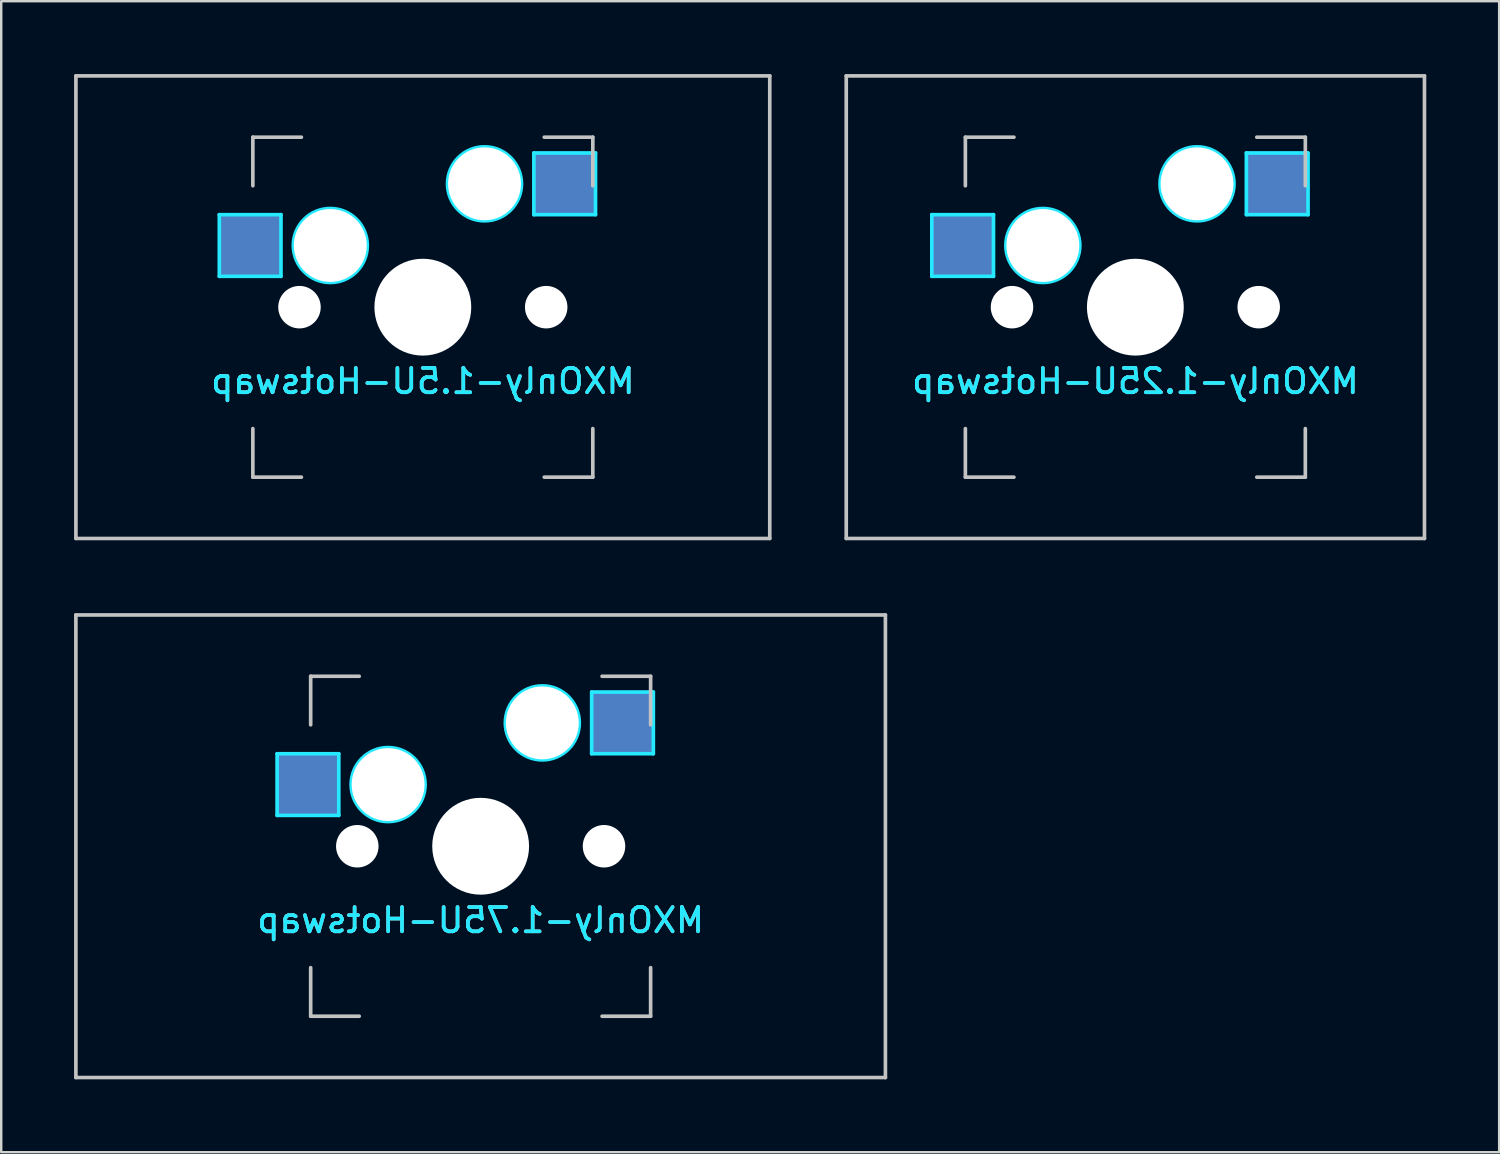
<source format=kicad_pcb>
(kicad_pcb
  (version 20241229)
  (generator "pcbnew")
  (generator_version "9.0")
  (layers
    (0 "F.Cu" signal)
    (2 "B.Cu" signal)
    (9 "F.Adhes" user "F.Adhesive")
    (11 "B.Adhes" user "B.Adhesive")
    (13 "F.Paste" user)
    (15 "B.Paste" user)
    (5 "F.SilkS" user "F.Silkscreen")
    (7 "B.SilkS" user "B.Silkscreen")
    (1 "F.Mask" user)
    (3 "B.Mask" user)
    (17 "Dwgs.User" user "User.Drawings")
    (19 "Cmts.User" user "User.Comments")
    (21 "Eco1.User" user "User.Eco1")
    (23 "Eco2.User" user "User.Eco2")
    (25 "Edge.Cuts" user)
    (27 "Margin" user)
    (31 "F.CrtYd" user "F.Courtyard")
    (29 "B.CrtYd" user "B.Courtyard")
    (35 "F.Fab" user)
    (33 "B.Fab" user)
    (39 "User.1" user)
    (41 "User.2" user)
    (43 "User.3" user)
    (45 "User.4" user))
  (footprint "MXOnly-1.25U-Hotswap"
    (layer "F.Cu")
    (at 43.706 9.6)
    (property "Reference" "MXOnly-1.25U-Hotswap" (at 0 3.048 0) (layer "B.CrtYd") (effects (font (size 1 1) (thickness 0.15)) (justify mirror)))
    (attr smd)
    (fp_line (start -11.906 -9.525) (end 11.906 -9.525) (stroke (width 0.15) (type solid)) (layer "Dwgs.User"))
    (fp_line (start -11.906 9.525) (end -11.906 -9.525) (stroke (width 0.15) (type solid)) (layer "Dwgs.User"))
    (fp_line (start -7 -7) (end -7 -5) (stroke (width 0.15) (type solid)) (layer "Dwgs.User"))
    (fp_line (start -7 5) (end -7 7) (stroke (width 0.15) (type solid)) (layer "Dwgs.User"))
    (fp_line (start -7 7) (end -5 7) (stroke (width 0.15) (type solid)) (layer "Dwgs.User"))
    (fp_line (start -5 -7) (end -7 -7) (stroke (width 0.15) (type solid)) (layer "Dwgs.User"))
    (fp_line (start 5 -7) (end 7 -7) (stroke (width 0.15) (type solid)) (layer "Dwgs.User"))
    (fp_line (start 5 7) (end 7 7) (stroke (width 0.15) (type solid)) (layer "Dwgs.User"))
    (fp_line (start 7 -7) (end 7 -5) (stroke (width 0.15) (type solid)) (layer "Dwgs.User"))
    (fp_line (start 7 7) (end 7 5) (stroke (width 0.15) (type solid)) (layer "Dwgs.User"))
    (fp_line (start 11.906 -9.525) (end 11.906 9.525) (stroke (width 0.15) (type solid)) (layer "Dwgs.User"))
    (fp_line (start 11.906 9.525) (end -11.906 9.525) (stroke (width 0.15) (type solid)) (layer "Dwgs.User"))
    (fp_line (start -8.382 -3.81) (end -5.842 -3.81) (stroke (width 0.15) (type solid)) (layer "B.CrtYd"))
    (fp_line (start -8.382 -1.27) (end -8.382 -3.81) (stroke (width 0.15) (type solid)) (layer "B.CrtYd"))
    (fp_line (start -5.842 -3.81) (end -5.842 -1.27) (stroke (width 0.15) (type solid)) (layer "B.CrtYd"))
    (fp_line (start -5.842 -1.27) (end -8.382 -1.27) (stroke (width 0.15) (type solid)) (layer "B.CrtYd"))
    (fp_line (start 4.572 -6.35) (end 7.112 -6.35) (stroke (width 0.15) (type solid)) (layer "B.CrtYd"))
    (fp_line (start 4.572 -3.81) (end 4.572 -6.35) (stroke (width 0.15) (type solid)) (layer "B.CrtYd"))
    (fp_line (start 7.112 -6.35) (end 7.112 -3.81) (stroke (width 0.15) (type solid)) (layer "B.CrtYd"))
    (fp_line (start 7.112 -3.81) (end 4.572 -3.81) (stroke (width 0.15) (type solid)) (layer "B.CrtYd"))
    (fp_circle (center -3.81 -2.54) (end -3.81 -4.064) (stroke (width 0.15) (type solid)) (fill no) (layer "B.CrtYd"))
    (fp_circle (center 2.54 -5.08) (end 2.54 -6.604) (stroke (width 0.15) (type solid)) (fill no) (layer "B.CrtYd"))
    (fp_text user "${REFERENCE}" (at 0 3.048 0) (layer "B.SilkS") (effects (font (size 1 1) (thickness 0.15)) (justify mirror)))
    (pad "" np_thru_hole circle (at -5.08 0 48.1) (size 1.75 1.75) (drill 1.75) (layers "*.Cu" "*.Mask"))
    (pad "" np_thru_hole circle (at -3.81 -2.54) (size 3 3) (drill 3) (layers "*.Cu" "*.Mask"))
    (pad "" np_thru_hole circle (at 0 0) (size 3.988 3.988) (drill 3.988) (layers "*.Cu" "*.Mask"))
    (pad "" np_thru_hole circle (at 2.54 -5.08) (size 3 3) (drill 3) (layers "*.Cu" "*.Mask"))
    (pad "" np_thru_hole circle (at 5.08 0 48.1) (size 1.75 1.75) (drill 1.75) (layers "*.Cu" "*.Mask"))
    (pad "1" smd rect (at -7.085 -2.54) (size 2.55 2.5) (layers "B.Cu" "B.Mask" "B.Paste"))
    (pad "2" smd rect (at 5.842 -5.08) (size 2.55 2.5) (layers "B.Cu" "B.Mask" "B.Paste")))
  (footprint "MXOnly-1.75U-Hotswap"
    (layer "F.Cu")
    (at 16.744 31.8)
    (property "Reference" "MXOnly-1.75U-Hotswap" (at 0 3.048 0) (layer "B.CrtYd") (effects (font (size 1 1) (thickness 0.15)) (justify mirror)))
    (attr smd)
    (fp_line (start -16.669 -9.525) (end 16.669 -9.525) (stroke (width 0.15) (type solid)) (layer "Dwgs.User"))
    (fp_line (start -16.669 9.525) (end -16.669 -9.525) (stroke (width 0.15) (type solid)) (layer "Dwgs.User"))
    (fp_line (start -7 -7) (end -7 -5) (stroke (width 0.15) (type solid)) (layer "Dwgs.User"))
    (fp_line (start -7 5) (end -7 7) (stroke (width 0.15) (type solid)) (layer "Dwgs.User"))
    (fp_line (start -7 7) (end -5 7) (stroke (width 0.15) (type solid)) (layer "Dwgs.User"))
    (fp_line (start -5 -7) (end -7 -7) (stroke (width 0.15) (type solid)) (layer "Dwgs.User"))
    (fp_line (start 5 -7) (end 7 -7) (stroke (width 0.15) (type solid)) (layer "Dwgs.User"))
    (fp_line (start 5 7) (end 7 7) (stroke (width 0.15) (type solid)) (layer "Dwgs.User"))
    (fp_line (start 7 -7) (end 7 -5) (stroke (width 0.15) (type solid)) (layer "Dwgs.User"))
    (fp_line (start 7 7) (end 7 5) (stroke (width 0.15) (type solid)) (layer "Dwgs.User"))
    (fp_line (start 16.669 -9.525) (end 16.669 9.525) (stroke (width 0.15) (type solid)) (layer "Dwgs.User"))
    (fp_line (start 16.669 9.525) (end -16.669 9.525) (stroke (width 0.15) (type solid)) (layer "Dwgs.User"))
    (fp_line (start -8.382 -3.81) (end -5.842 -3.81) (stroke (width 0.15) (type solid)) (layer "B.CrtYd"))
    (fp_line (start -8.382 -1.27) (end -8.382 -3.81) (stroke (width 0.15) (type solid)) (layer "B.CrtYd"))
    (fp_line (start -5.842 -3.81) (end -5.842 -1.27) (stroke (width 0.15) (type solid)) (layer "B.CrtYd"))
    (fp_line (start -5.842 -1.27) (end -8.382 -1.27) (stroke (width 0.15) (type solid)) (layer "B.CrtYd"))
    (fp_line (start 4.572 -6.35) (end 7.112 -6.35) (stroke (width 0.15) (type solid)) (layer "B.CrtYd"))
    (fp_line (start 4.572 -3.81) (end 4.572 -6.35) (stroke (width 0.15) (type solid)) (layer "B.CrtYd"))
    (fp_line (start 7.112 -6.35) (end 7.112 -3.81) (stroke (width 0.15) (type solid)) (layer "B.CrtYd"))
    (fp_line (start 7.112 -3.81) (end 4.572 -3.81) (stroke (width 0.15) (type solid)) (layer "B.CrtYd"))
    (fp_circle (center -3.81 -2.54) (end -3.81 -4.064) (stroke (width 0.15) (type solid)) (fill no) (layer "B.CrtYd"))
    (fp_circle (center 2.54 -5.08) (end 2.54 -6.604) (stroke (width 0.15) (type solid)) (fill no) (layer "B.CrtYd"))
    (fp_text user "${REFERENCE}" (at 0 3.048 0) (layer "B.SilkS") (effects (font (size 1 1) (thickness 0.15)) (justify mirror)))
    (pad "" np_thru_hole circle (at -5.08 0 48.1) (size 1.75 1.75) (drill 1.75) (layers "*.Cu" "*.Mask"))
    (pad "" np_thru_hole circle (at -3.81 -2.54) (size 3 3) (drill 3) (layers "*.Cu" "*.Mask"))
    (pad "" np_thru_hole circle (at 0 0) (size 3.988 3.988) (drill 3.988) (layers "*.Cu" "*.Mask"))
    (pad "" np_thru_hole circle (at 2.54 -5.08) (size 3 3) (drill 3) (layers "*.Cu" "*.Mask"))
    (pad "" np_thru_hole circle (at 5.08 0 48.1) (size 1.75 1.75) (drill 1.75) (layers "*.Cu" "*.Mask"))
    (pad "1" smd rect (at -7.085 -2.54) (size 2.55 2.5) (layers "B.Cu" "B.Mask" "B.Paste"))
    (pad "2" smd rect (at 5.842 -5.08) (size 2.55 2.5) (layers "B.Cu" "B.Mask" "B.Paste")))
  (footprint "MXOnly-1.5U-Hotswap"
    (layer "F.Cu")
    (at 14.363 9.6)
    (property "Reference" "MXOnly-1.5U-Hotswap" (at 0 3.048 0) (layer "B.CrtYd") (effects (font (size 1 1) (thickness 0.15)) (justify mirror)))
    (attr smd)
    (fp_line (start -14.287 -9.525) (end 14.287 -9.525) (stroke (width 0.15) (type solid)) (layer "Dwgs.User"))
    (fp_line (start -14.287 9.525) (end -14.287 -9.525) (stroke (width 0.15) (type solid)) (layer "Dwgs.User"))
    (fp_line (start -7 -7) (end -7 -5) (stroke (width 0.15) (type solid)) (layer "Dwgs.User"))
    (fp_line (start -7 5) (end -7 7) (stroke (width 0.15) (type solid)) (layer "Dwgs.User"))
    (fp_line (start -7 7) (end -5 7) (stroke (width 0.15) (type solid)) (layer "Dwgs.User"))
    (fp_line (start -5 -7) (end -7 -7) (stroke (width 0.15) (type solid)) (layer "Dwgs.User"))
    (fp_line (start 5 -7) (end 7 -7) (stroke (width 0.15) (type solid)) (layer "Dwgs.User"))
    (fp_line (start 5 7) (end 7 7) (stroke (width 0.15) (type solid)) (layer "Dwgs.User"))
    (fp_line (start 7 -7) (end 7 -5) (stroke (width 0.15) (type solid)) (layer "Dwgs.User"))
    (fp_line (start 7 7) (end 7 5) (stroke (width 0.15) (type solid)) (layer "Dwgs.User"))
    (fp_line (start 14.287 -9.525) (end 14.287 9.525) (stroke (width 0.15) (type solid)) (layer "Dwgs.User"))
    (fp_line (start 14.287 9.525) (end -14.287 9.525) (stroke (width 0.15) (type solid)) (layer "Dwgs.User"))
    (fp_line (start -8.382 -3.81) (end -5.842 -3.81) (stroke (width 0.15) (type solid)) (layer "B.CrtYd"))
    (fp_line (start -8.382 -1.27) (end -8.382 -3.81) (stroke (width 0.15) (type solid)) (layer "B.CrtYd"))
    (fp_line (start -5.842 -3.81) (end -5.842 -1.27) (stroke (width 0.15) (type solid)) (layer "B.CrtYd"))
    (fp_line (start -5.842 -1.27) (end -8.382 -1.27) (stroke (width 0.15) (type solid)) (layer "B.CrtYd"))
    (fp_line (start 4.572 -6.35) (end 7.112 -6.35) (stroke (width 0.15) (type solid)) (layer "B.CrtYd"))
    (fp_line (start 4.572 -3.81) (end 4.572 -6.35) (stroke (width 0.15) (type solid)) (layer "B.CrtYd"))
    (fp_line (start 7.112 -6.35) (end 7.112 -3.81) (stroke (width 0.15) (type solid)) (layer "B.CrtYd"))
    (fp_line (start 7.112 -3.81) (end 4.572 -3.81) (stroke (width 0.15) (type solid)) (layer "B.CrtYd"))
    (fp_circle (center -3.81 -2.54) (end -3.81 -4.064) (stroke (width 0.15) (type solid)) (fill no) (layer "B.CrtYd"))
    (fp_circle (center 2.54 -5.08) (end 2.54 -6.604) (stroke (width 0.15) (type solid)) (fill no) (layer "B.CrtYd"))
    (fp_text user "${REFERENCE}" (at 0 3.048 0) (layer "B.SilkS") (effects (font (size 1 1) (thickness 0.15)) (justify mirror)))
    (pad "" np_thru_hole circle (at -5.08 0 48.1) (size 1.75 1.75) (drill 1.75) (layers "*.Cu" "*.Mask"))
    (pad "" np_thru_hole circle (at -3.81 -2.54) (size 3 3) (drill 3) (layers "*.Cu" "*.Mask"))
    (pad "" np_thru_hole circle (at 0 0) (size 3.988 3.988) (drill 3.988) (layers "*.Cu" "*.Mask"))
    (pad "" np_thru_hole circle (at 2.54 -5.08) (size 3 3) (drill 3) (layers "*.Cu" "*.Mask"))
    (pad "" np_thru_hole circle (at 5.08 0 48.1) (size 1.75 1.75) (drill 1.75) (layers "*.Cu" "*.Mask"))
    (pad "1" smd rect (at -7.085 -2.54) (size 2.55 2.5) (layers "B.Cu" "B.Mask" "B.Paste"))
    (pad "2" smd rect (at 5.842 -5.08) (size 2.55 2.5) (layers "B.Cu" "B.Mask" "B.Paste")))
  (gr_rect
    (start -3 -3)
    (end 58.688 44.4)
    (stroke (width 0.1) (type default))
    (fill no)
    (layer "Edge.Cuts")))
</source>
